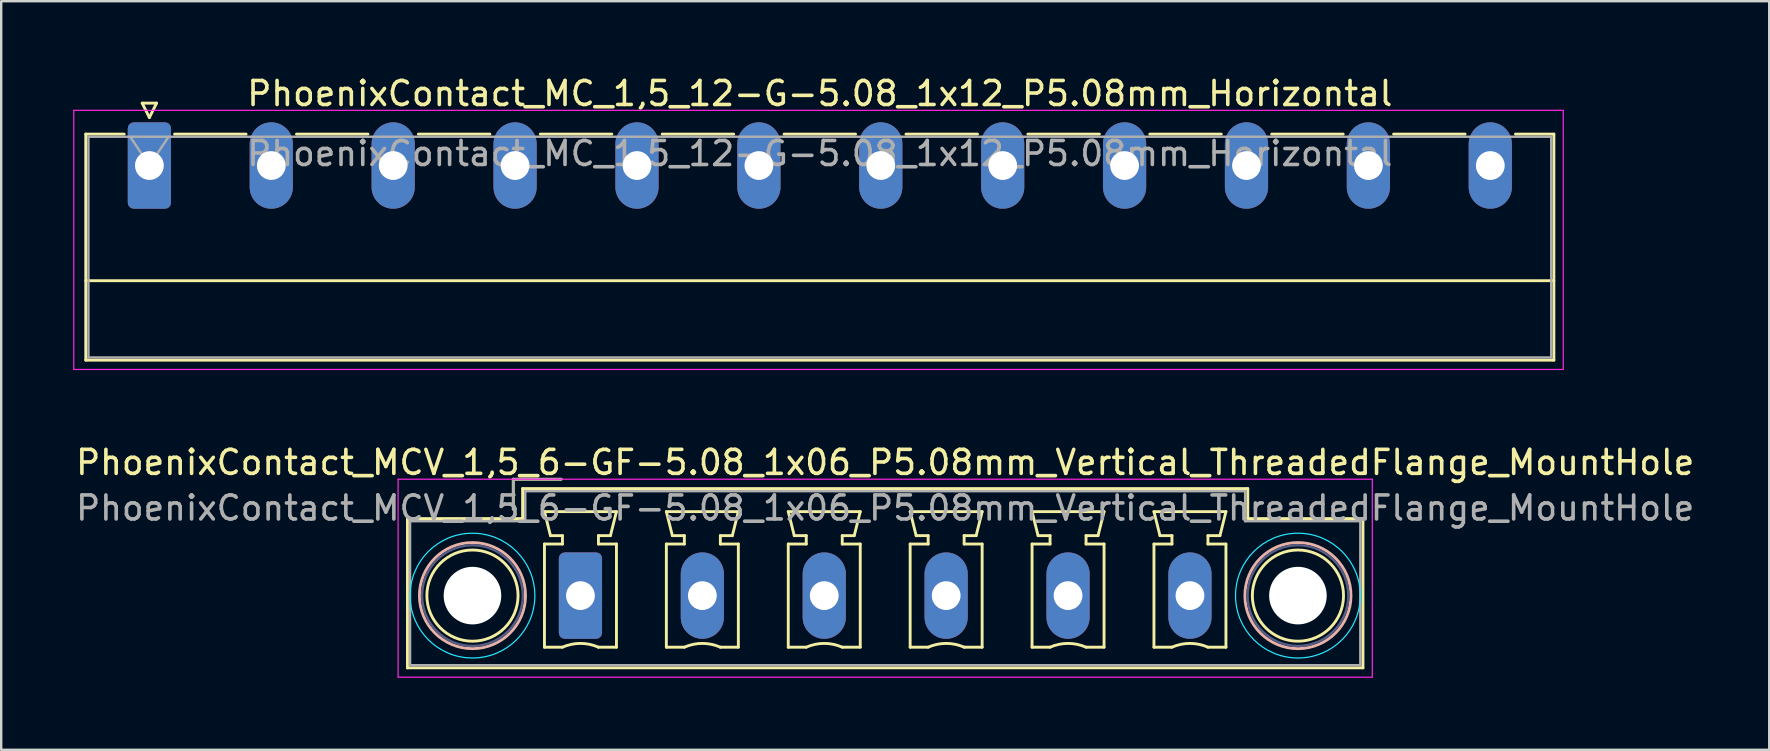
<source format=kicad_pcb>
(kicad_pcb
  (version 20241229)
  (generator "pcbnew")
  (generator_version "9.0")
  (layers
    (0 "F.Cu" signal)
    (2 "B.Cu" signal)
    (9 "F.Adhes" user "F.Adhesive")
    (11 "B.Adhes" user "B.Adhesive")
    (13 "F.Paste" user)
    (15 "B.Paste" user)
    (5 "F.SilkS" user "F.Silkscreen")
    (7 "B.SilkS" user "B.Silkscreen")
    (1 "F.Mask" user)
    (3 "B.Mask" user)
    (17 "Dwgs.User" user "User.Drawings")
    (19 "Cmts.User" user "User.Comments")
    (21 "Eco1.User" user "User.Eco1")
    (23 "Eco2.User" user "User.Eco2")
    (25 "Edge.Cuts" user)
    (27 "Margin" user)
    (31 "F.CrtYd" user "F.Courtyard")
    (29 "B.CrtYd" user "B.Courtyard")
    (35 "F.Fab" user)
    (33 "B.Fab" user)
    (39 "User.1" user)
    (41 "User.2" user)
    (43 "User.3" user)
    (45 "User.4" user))
  (footprint "PhoenixContact_MCV_1,5_6-GF-5.08_1x06_P5.08mm_Vertical_ThreadedFlange_MountHole"
    (layer "F.Cu")
    (at 21.139 21.771)
    (property "Reference" "PhoenixContact_MCV_1,5_6-GF-5.08_1x06_P5.08mm_Vertical_ThreadedFlange_MountHole" (at 12.7 -5.55 0) (layer "F.SilkS") (effects (font (size 1 1) (thickness 0.15))))
    (attr through_hole)
    (fp_line (start -7.21 -3.21) (end -7.21 3.01) (stroke (width 0.12) (type solid)) (layer "F.SilkS"))
    (fp_line (start -7.21 3.01) (end 32.61 3.01) (stroke (width 0.12) (type solid)) (layer "F.SilkS"))
    (fp_line (start -2.8 -4.85) (end -0.8 -4.85) (stroke (width 0.12) (type solid)) (layer "F.SilkS"))
    (fp_line (start -2.8 -3.6) (end -2.8 -4.85) (stroke (width 0.12) (type solid)) (layer "F.SilkS"))
    (fp_line (start -2.41 -4.46) (end -2.41 -3.21) (stroke (width 0.12) (type solid)) (layer "F.SilkS"))
    (fp_line (start -2.41 -3.21) (end -7.21 -3.21) (stroke (width 0.12) (type solid)) (layer "F.SilkS"))
    (fp_line (start -1.5 -3.5) (end 1.5 -3.5) (stroke (width 0.12) (type solid)) (layer "F.SilkS"))
    (fp_line (start -1.5 -2.15) (end -0.75 -2.15) (stroke (width 0.12) (type solid)) (layer "F.SilkS"))
    (fp_line (start -1.5 2.15) (end -1.5 -2.15) (stroke (width 0.12) (type solid)) (layer "F.SilkS"))
    (fp_line (start -1.25 -2.5) (end -1.5 -3.5) (stroke (width 0.12) (type solid)) (layer "F.SilkS"))
    (fp_line (start -0.75 -2.5) (end -1.25 -2.5) (stroke (width 0.12) (type solid)) (layer "F.SilkS"))
    (fp_line (start -0.75 -2.15) (end -0.75 -2.5) (stroke (width 0.12) (type solid)) (layer "F.SilkS"))
    (fp_line (start -0.75 2.15) (end -1.5 2.15) (stroke (width 0.12) (type solid)) (layer "F.SilkS"))
    (fp_line (start 0.75 -2.5) (end 0.75 -2.15) (stroke (width 0.12) (type solid)) (layer "F.SilkS"))
    (fp_line (start 0.75 -2.15) (end 1.5 -2.15) (stroke (width 0.12) (type solid)) (layer "F.SilkS"))
    (fp_line (start 1.25 -2.5) (end 0.75 -2.5) (stroke (width 0.12) (type solid)) (layer "F.SilkS"))
    (fp_line (start 1.5 -3.5) (end 1.25 -2.5) (stroke (width 0.12) (type solid)) (layer "F.SilkS"))
    (fp_line (start 1.5 -2.15) (end 1.5 2.15) (stroke (width 0.12) (type solid)) (layer "F.SilkS"))
    (fp_line (start 1.5 2.15) (end 0.75 2.15) (stroke (width 0.12) (type solid)) (layer "F.SilkS"))
    (fp_line (start 3.58 -3.5) (end 6.58 -3.5) (stroke (width 0.12) (type solid)) (layer "F.SilkS"))
    (fp_line (start 3.58 -2.15) (end 4.33 -2.15) (stroke (width 0.12) (type solid)) (layer "F.SilkS"))
    (fp_line (start 3.58 2.15) (end 3.58 -2.15) (stroke (width 0.12) (type solid)) (layer "F.SilkS"))
    (fp_line (start 3.83 -2.5) (end 3.58 -3.5) (stroke (width 0.12) (type solid)) (layer "F.SilkS"))
    (fp_line (start 4.33 -2.5) (end 3.83 -2.5) (stroke (width 0.12) (type solid)) (layer "F.SilkS"))
    (fp_line (start 4.33 -2.15) (end 4.33 -2.5) (stroke (width 0.12) (type solid)) (layer "F.SilkS"))
    (fp_line (start 4.33 2.15) (end 3.58 2.15) (stroke (width 0.12) (type solid)) (layer "F.SilkS"))
    (fp_line (start 5.83 -2.5) (end 5.83 -2.15) (stroke (width 0.12) (type solid)) (layer "F.SilkS"))
    (fp_line (start 5.83 -2.15) (end 6.58 -2.15) (stroke (width 0.12) (type solid)) (layer "F.SilkS"))
    (fp_line (start 6.33 -2.5) (end 5.83 -2.5) (stroke (width 0.12) (type solid)) (layer "F.SilkS"))
    (fp_line (start 6.58 -3.5) (end 6.33 -2.5) (stroke (width 0.12) (type solid)) (layer "F.SilkS"))
    (fp_line (start 6.58 -2.15) (end 6.58 2.15) (stroke (width 0.12) (type solid)) (layer "F.SilkS"))
    (fp_line (start 6.58 2.15) (end 5.83 2.15) (stroke (width 0.12) (type solid)) (layer "F.SilkS"))
    (fp_line (start 8.66 -3.5) (end 11.66 -3.5) (stroke (width 0.12) (type solid)) (layer "F.SilkS"))
    (fp_line (start 8.66 -2.15) (end 9.41 -2.15) (stroke (width 0.12) (type solid)) (layer "F.SilkS"))
    (fp_line (start 8.66 2.15) (end 8.66 -2.15) (stroke (width 0.12) (type solid)) (layer "F.SilkS"))
    (fp_line (start 8.91 -2.5) (end 8.66 -3.5) (stroke (width 0.12) (type solid)) (layer "F.SilkS"))
    (fp_line (start 9.41 -2.5) (end 8.91 -2.5) (stroke (width 0.12) (type solid)) (layer "F.SilkS"))
    (fp_line (start 9.41 -2.15) (end 9.41 -2.5) (stroke (width 0.12) (type solid)) (layer "F.SilkS"))
    (fp_line (start 9.41 2.15) (end 8.66 2.15) (stroke (width 0.12) (type solid)) (layer "F.SilkS"))
    (fp_line (start 10.91 -2.5) (end 10.91 -2.15) (stroke (width 0.12) (type solid)) (layer "F.SilkS"))
    (fp_line (start 10.91 -2.15) (end 11.66 -2.15) (stroke (width 0.12) (type solid)) (layer "F.SilkS"))
    (fp_line (start 11.41 -2.5) (end 10.91 -2.5) (stroke (width 0.12) (type solid)) (layer "F.SilkS"))
    (fp_line (start 11.66 -3.5) (end 11.41 -2.5) (stroke (width 0.12) (type solid)) (layer "F.SilkS"))
    (fp_line (start 11.66 -2.15) (end 11.66 2.15) (stroke (width 0.12) (type solid)) (layer "F.SilkS"))
    (fp_line (start 11.66 2.15) (end 10.91 2.15) (stroke (width 0.12) (type solid)) (layer "F.SilkS"))
    (fp_line (start 13.74 -3.5) (end 16.74 -3.5) (stroke (width 0.12) (type solid)) (layer "F.SilkS"))
    (fp_line (start 13.74 -2.15) (end 14.49 -2.15) (stroke (width 0.12) (type solid)) (layer "F.SilkS"))
    (fp_line (start 13.74 2.15) (end 13.74 -2.15) (stroke (width 0.12) (type solid)) (layer "F.SilkS"))
    (fp_line (start 13.99 -2.5) (end 13.74 -3.5) (stroke (width 0.12) (type solid)) (layer "F.SilkS"))
    (fp_line (start 14.49 -2.5) (end 13.99 -2.5) (stroke (width 0.12) (type solid)) (layer "F.SilkS"))
    (fp_line (start 14.49 -2.15) (end 14.49 -2.5) (stroke (width 0.12) (type solid)) (layer "F.SilkS"))
    (fp_line (start 14.49 2.15) (end 13.74 2.15) (stroke (width 0.12) (type solid)) (layer "F.SilkS"))
    (fp_line (start 15.99 -2.5) (end 15.99 -2.15) (stroke (width 0.12) (type solid)) (layer "F.SilkS"))
    (fp_line (start 15.99 -2.15) (end 16.74 -2.15) (stroke (width 0.12) (type solid)) (layer "F.SilkS"))
    (fp_line (start 16.49 -2.5) (end 15.99 -2.5) (stroke (width 0.12) (type solid)) (layer "F.SilkS"))
    (fp_line (start 16.74 -3.5) (end 16.49 -2.5) (stroke (width 0.12) (type solid)) (layer "F.SilkS"))
    (fp_line (start 16.74 -2.15) (end 16.74 2.15) (stroke (width 0.12) (type solid)) (layer "F.SilkS"))
    (fp_line (start 16.74 2.15) (end 15.99 2.15) (stroke (width 0.12) (type solid)) (layer "F.SilkS"))
    (fp_line (start 18.82 -3.5) (end 21.82 -3.5) (stroke (width 0.12) (type solid)) (layer "F.SilkS"))
    (fp_line (start 18.82 -2.15) (end 19.57 -2.15) (stroke (width 0.12) (type solid)) (layer "F.SilkS"))
    (fp_line (start 18.82 2.15) (end 18.82 -2.15) (stroke (width 0.12) (type solid)) (layer "F.SilkS"))
    (fp_line (start 19.07 -2.5) (end 18.82 -3.5) (stroke (width 0.12) (type solid)) (layer "F.SilkS"))
    (fp_line (start 19.57 -2.5) (end 19.07 -2.5) (stroke (width 0.12) (type solid)) (layer "F.SilkS"))
    (fp_line (start 19.57 -2.15) (end 19.57 -2.5) (stroke (width 0.12) (type solid)) (layer "F.SilkS"))
    (fp_line (start 19.57 2.15) (end 18.82 2.15) (stroke (width 0.12) (type solid)) (layer "F.SilkS"))
    (fp_line (start 21.07 -2.5) (end 21.07 -2.15) (stroke (width 0.12) (type solid)) (layer "F.SilkS"))
    (fp_line (start 21.07 -2.15) (end 21.82 -2.15) (stroke (width 0.12) (type solid)) (layer "F.SilkS"))
    (fp_line (start 21.57 -2.5) (end 21.07 -2.5) (stroke (width 0.12) (type solid)) (layer "F.SilkS"))
    (fp_line (start 21.82 -3.5) (end 21.57 -2.5) (stroke (width 0.12) (type solid)) (layer "F.SilkS"))
    (fp_line (start 21.82 -2.15) (end 21.82 2.15) (stroke (width 0.12) (type solid)) (layer "F.SilkS"))
    (fp_line (start 21.82 2.15) (end 21.07 2.15) (stroke (width 0.12) (type solid)) (layer "F.SilkS"))
    (fp_line (start 23.9 -3.5) (end 26.9 -3.5) (stroke (width 0.12) (type solid)) (layer "F.SilkS"))
    (fp_line (start 23.9 -2.15) (end 24.65 -2.15) (stroke (width 0.12) (type solid)) (layer "F.SilkS"))
    (fp_line (start 23.9 2.15) (end 23.9 -2.15) (stroke (width 0.12) (type solid)) (layer "F.SilkS"))
    (fp_line (start 24.15 -2.5) (end 23.9 -3.5) (stroke (width 0.12) (type solid)) (layer "F.SilkS"))
    (fp_line (start 24.65 -2.5) (end 24.15 -2.5) (stroke (width 0.12) (type solid)) (layer "F.SilkS"))
    (fp_line (start 24.65 -2.15) (end 24.65 -2.5) (stroke (width 0.12) (type solid)) (layer "F.SilkS"))
    (fp_line (start 24.65 2.15) (end 23.9 2.15) (stroke (width 0.12) (type solid)) (layer "F.SilkS"))
    (fp_line (start 26.15 -2.5) (end 26.15 -2.15) (stroke (width 0.12) (type solid)) (layer "F.SilkS"))
    (fp_line (start 26.15 -2.15) (end 26.9 -2.15) (stroke (width 0.12) (type solid)) (layer "F.SilkS"))
    (fp_line (start 26.65 -2.5) (end 26.15 -2.5) (stroke (width 0.12) (type solid)) (layer "F.SilkS"))
    (fp_line (start 26.9 -3.5) (end 26.65 -2.5) (stroke (width 0.12) (type solid)) (layer "F.SilkS"))
    (fp_line (start 26.9 -2.15) (end 26.9 2.15) (stroke (width 0.12) (type solid)) (layer "F.SilkS"))
    (fp_line (start 26.9 2.15) (end 26.15 2.15) (stroke (width 0.12) (type solid)) (layer "F.SilkS"))
    (fp_line (start 27.81 -4.46) (end -2.41 -4.46) (stroke (width 0.12) (type solid)) (layer "F.SilkS"))
    (fp_line (start 27.81 -3.21) (end 27.81 -4.46) (stroke (width 0.12) (type solid)) (layer "F.SilkS"))
    (fp_line (start 32.61 -3.21) (end 27.81 -3.21) (stroke (width 0.12) (type solid)) (layer "F.SilkS"))
    (fp_line (start 32.61 3.01) (end 32.61 -3.21) (stroke (width 0.12) (type solid)) (layer "F.SilkS"))
    (fp_arc (start -0.75 2.15) (mid -0.000193 1.99191) (end 0.749647 2.149844) (stroke (width 0.12) (type solid)) (layer "F.SilkS"))
    (fp_arc (start 4.33 2.15) (mid 5.079807 1.99191) (end 5.829647 2.149844) (stroke (width 0.12) (type solid)) (layer "F.SilkS"))
    (fp_arc (start 9.41 2.15) (mid 10.159807 1.99191) (end 10.909647 2.149844) (stroke (width 0.12) (type solid)) (layer "F.SilkS"))
    (fp_arc (start 14.49 2.15) (mid 15.239807 1.99191) (end 15.989647 2.149844) (stroke (width 0.12) (type solid)) (layer "F.SilkS"))
    (fp_arc (start 19.57 2.15) (mid 20.319807 1.99191) (end 21.069647 2.149844) (stroke (width 0.12) (type solid)) (layer "F.SilkS"))
    (fp_arc (start 24.65 2.15) (mid 25.399807 1.99191) (end 26.149647 2.149844) (stroke (width 0.12) (type solid)) (layer "F.SilkS"))
    (fp_circle (center -4.5 0) (end -2.6 0) (stroke (width 0.12) (type solid)) (fill no) (layer "F.SilkS"))
    (fp_circle (center 29.9 0) (end 31.8 0) (stroke (width 0.12) (type solid)) (fill no) (layer "F.SilkS"))
    (fp_circle (center -4.5 0) (end -2.29 0) (stroke (width 0.12) (type solid)) (fill no) (layer "B.SilkS"))
    (fp_circle (center 29.9 0) (end 32.11 0) (stroke (width 0.12) (type solid)) (fill no) (layer "B.SilkS"))
    (fp_circle (center -4.5 0) (end -1.9 0) (stroke (width 0.05) (type solid)) (fill no) (layer "B.CrtYd"))
    (fp_circle (center 29.9 0) (end 32.5 0) (stroke (width 0.05) (type solid)) (fill no) (layer "B.CrtYd"))
    (fp_line (start -7.6 -4.85) (end -7.6 3.4) (stroke (width 0.05) (type solid)) (layer "F.CrtYd"))
    (fp_line (start -7.6 3.4) (end 33 3.4) (stroke (width 0.05) (type solid)) (layer "F.CrtYd"))
    (fp_line (start 33 -4.85) (end -7.6 -4.85) (stroke (width 0.05) (type solid)) (layer "F.CrtYd"))
    (fp_line (start 33 3.4) (end 33 -4.85) (stroke (width 0.05) (type solid)) (layer "F.CrtYd"))
    (fp_circle (center -4.5 0) (end -2.4 0) (stroke (width 0.1) (type solid)) (fill no) (layer "B.Fab"))
    (fp_circle (center 29.9 0) (end 32 0) (stroke (width 0.1) (type solid)) (fill no) (layer "B.Fab"))
    (fp_line (start -7.1 -3.1) (end -7.1 2.9) (stroke (width 0.1) (type solid)) (layer "F.Fab"))
    (fp_line (start -7.1 2.9) (end 32.5 2.9) (stroke (width 0.1) (type solid)) (layer "F.Fab"))
    (fp_line (start -2.8 -4.85) (end -0.8 -4.85) (stroke (width 0.1) (type solid)) (layer "F.Fab"))
    (fp_line (start -2.8 -3.6) (end -2.8 -4.85) (stroke (width 0.1) (type solid)) (layer "F.Fab"))
    (fp_line (start -2.3 -4.35) (end -2.3 -3.1) (stroke (width 0.1) (type solid)) (layer "F.Fab"))
    (fp_line (start -2.3 -3.1) (end -7.1 -3.1) (stroke (width 0.1) (type solid)) (layer "F.Fab"))
    (fp_line (start 27.7 -4.35) (end -2.3 -4.35) (stroke (width 0.1) (type solid)) (layer "F.Fab"))
    (fp_line (start 27.7 -3.1) (end 27.7 -4.35) (stroke (width 0.1) (type solid)) (layer "F.Fab"))
    (fp_line (start 32.5 -3.1) (end 27.7 -3.1) (stroke (width 0.1) (type solid)) (layer "F.Fab"))
    (fp_line (start 32.5 2.9) (end 32.5 -3.1) (stroke (width 0.1) (type solid)) (layer "F.Fab"))
    (fp_text user "${REFERENCE}" (at 12.7 -3.65 0) (layer "F.Fab") (effects (font (size 1 1) (thickness 0.15))))
    (pad "" np_thru_hole circle (at -4.5 0) (size 2.4 2.4) (drill 2.4) (layers "*.Cu" "*.Mask"))
    (pad "" np_thru_hole circle (at 29.9 0) (size 2.4 2.4) (drill 2.4) (layers "*.Cu" "*.Mask"))
    (pad "1" thru_hole roundrect (at 0 0) (size 1.8 3.6) (drill 1.2) (layers "*.Cu" "*.Mask") (roundrect_rratio 0.139))
    (pad "2" thru_hole oval (at 5.08 0) (size 1.8 3.6) (drill 1.2) (layers "*.Cu" "*.Mask"))
    (pad "3" thru_hole oval (at 10.16 0) (size 1.8 3.6) (drill 1.2) (layers "*.Cu" "*.Mask"))
    (pad "4" thru_hole oval (at 15.24 0) (size 1.8 3.6) (drill 1.2) (layers "*.Cu" "*.Mask"))
    (pad "5" thru_hole oval (at 20.32 0) (size 1.8 3.6) (drill 1.2) (layers "*.Cu" "*.Mask"))
    (pad "6" thru_hole oval (at 25.4 0) (size 1.8 3.6) (drill 1.2) (layers "*.Cu" "*.Mask")))
  (footprint "PhoenixContact_MC_1,5_12-G-5.08_1x12_P5.08mm_Horizontal"
    (layer "F.Cu")
    (at 3.175 3.848)
    (property "Reference" "PhoenixContact_MC_1,5_12-G-5.08_1x12_P5.08mm_Horizontal" (at 27.94 -3 0) (layer "F.SilkS") (effects (font (size 1 1) (thickness 0.15))))
    (attr through_hole)
    (fp_line (start -2.65 -1.31) (end -2.65 8.11) (stroke (width 0.12) (type solid)) (layer "F.SilkS"))
    (fp_line (start -2.65 -1.31) (end -1.05 -1.31) (stroke (width 0.12) (type solid)) (layer "F.SilkS"))
    (fp_line (start -2.65 4.8) (end 58.53 4.8) (stroke (width 0.12) (type solid)) (layer "F.SilkS"))
    (fp_line (start -2.65 8.11) (end 58.53 8.11) (stroke (width 0.12) (type solid)) (layer "F.SilkS"))
    (fp_line (start -0.3 -2.6) (end 0.3 -2.6) (stroke (width 0.12) (type solid)) (layer "F.SilkS"))
    (fp_line (start 0 -2) (end -0.3 -2.6) (stroke (width 0.12) (type solid)) (layer "F.SilkS"))
    (fp_line (start 0.3 -2.6) (end 0 -2) (stroke (width 0.12) (type solid)) (layer "F.SilkS"))
    (fp_line (start 1.05 -1.31) (end 4.03 -1.31) (stroke (width 0.12) (type solid)) (layer "F.SilkS"))
    (fp_line (start 6.13 -1.31) (end 9.11 -1.31) (stroke (width 0.12) (type solid)) (layer "F.SilkS"))
    (fp_line (start 11.21 -1.31) (end 14.19 -1.31) (stroke (width 0.12) (type solid)) (layer "F.SilkS"))
    (fp_line (start 16.29 -1.31) (end 19.27 -1.31) (stroke (width 0.12) (type solid)) (layer "F.SilkS"))
    (fp_line (start 21.37 -1.31) (end 24.35 -1.31) (stroke (width 0.12) (type solid)) (layer "F.SilkS"))
    (fp_line (start 26.45 -1.31) (end 29.43 -1.31) (stroke (width 0.12) (type solid)) (layer "F.SilkS"))
    (fp_line (start 31.53 -1.31) (end 34.51 -1.31) (stroke (width 0.12) (type solid)) (layer "F.SilkS"))
    (fp_line (start 36.61 -1.31) (end 39.59 -1.31) (stroke (width 0.12) (type solid)) (layer "F.SilkS"))
    (fp_line (start 41.69 -1.31) (end 44.67 -1.31) (stroke (width 0.12) (type solid)) (layer "F.SilkS"))
    (fp_line (start 46.77 -1.31) (end 49.75 -1.31) (stroke (width 0.12) (type solid)) (layer "F.SilkS"))
    (fp_line (start 51.85 -1.31) (end 54.83 -1.31) (stroke (width 0.12) (type solid)) (layer "F.SilkS"))
    (fp_line (start 58.53 -1.31) (end 56.93 -1.31) (stroke (width 0.12) (type solid)) (layer "F.SilkS"))
    (fp_line (start 58.53 8.11) (end 58.53 -1.31) (stroke (width 0.12) (type solid)) (layer "F.SilkS"))
    (fp_line (start -3.15 -2.3) (end -3.15 8.5) (stroke (width 0.05) (type solid)) (layer "F.CrtYd"))
    (fp_line (start -3.15 8.5) (end 58.92 8.5) (stroke (width 0.05) (type solid)) (layer "F.CrtYd"))
    (fp_line (start 58.92 -2.3) (end -3.15 -2.3) (stroke (width 0.05) (type solid)) (layer "F.CrtYd"))
    (fp_line (start 58.92 8.5) (end 58.92 -2.3) (stroke (width 0.05) (type solid)) (layer "F.CrtYd"))
    (fp_line (start -2.54 -1.2) (end -2.54 8) (stroke (width 0.1) (type solid)) (layer "F.Fab"))
    (fp_line (start -2.54 8) (end 58.42 8) (stroke (width 0.1) (type solid)) (layer "F.Fab"))
    (fp_line (start 0 0) (end -0.8 -1.2) (stroke (width 0.1) (type solid)) (layer "F.Fab"))
    (fp_line (start 0.8 -1.2) (end 0 0) (stroke (width 0.1) (type solid)) (layer "F.Fab"))
    (fp_line (start 58.42 -1.2) (end -2.54 -1.2) (stroke (width 0.1) (type solid)) (layer "F.Fab"))
    (fp_line (start 58.42 8) (end 58.42 -1.2) (stroke (width 0.1) (type solid)) (layer "F.Fab"))
    (fp_text user "${REFERENCE}" (at 27.94 -0.5 0) (layer "F.Fab") (effects (font (size 1 1) (thickness 0.15))))
    (pad "1" thru_hole roundrect (at 0 0) (size 1.8 3.6) (drill 1.2) (layers "*.Cu" "*.Mask") (roundrect_rratio 0.139))
    (pad "2" thru_hole oval (at 5.08 0) (size 1.8 3.6) (drill 1.2) (layers "*.Cu" "*.Mask"))
    (pad "3" thru_hole oval (at 10.16 0) (size 1.8 3.6) (drill 1.2) (layers "*.Cu" "*.Mask"))
    (pad "4" thru_hole oval (at 15.24 0) (size 1.8 3.6) (drill 1.2) (layers "*.Cu" "*.Mask"))
    (pad "5" thru_hole oval (at 20.32 0) (size 1.8 3.6) (drill 1.2) (layers "*.Cu" "*.Mask"))
    (pad "6" thru_hole oval (at 25.4 0) (size 1.8 3.6) (drill 1.2) (layers "*.Cu" "*.Mask"))
    (pad "7" thru_hole oval (at 30.48 0) (size 1.8 3.6) (drill 1.2) (layers "*.Cu" "*.Mask"))
    (pad "8" thru_hole oval (at 35.56 0) (size 1.8 3.6) (drill 1.2) (layers "*.Cu" "*.Mask"))
    (pad "9" thru_hole oval (at 40.64 0) (size 1.8 3.6) (drill 1.2) (layers "*.Cu" "*.Mask"))
    (pad "10" thru_hole oval (at 45.72 0) (size 1.8 3.6) (drill 1.2) (layers "*.Cu" "*.Mask"))
    (pad "11" thru_hole oval (at 50.8 0) (size 1.8 3.6) (drill 1.2) (layers "*.Cu" "*.Mask"))
    (pad "12" thru_hole oval (at 55.88 0) (size 1.8 3.6) (drill 1.2) (layers "*.Cu" "*.Mask")))
  (gr_rect
    (start -3 -3)
    (end 70.679 28.197)
    (stroke (width 0.1) (type default))
    (fill no)
    (layer "Edge.Cuts")))
</source>
